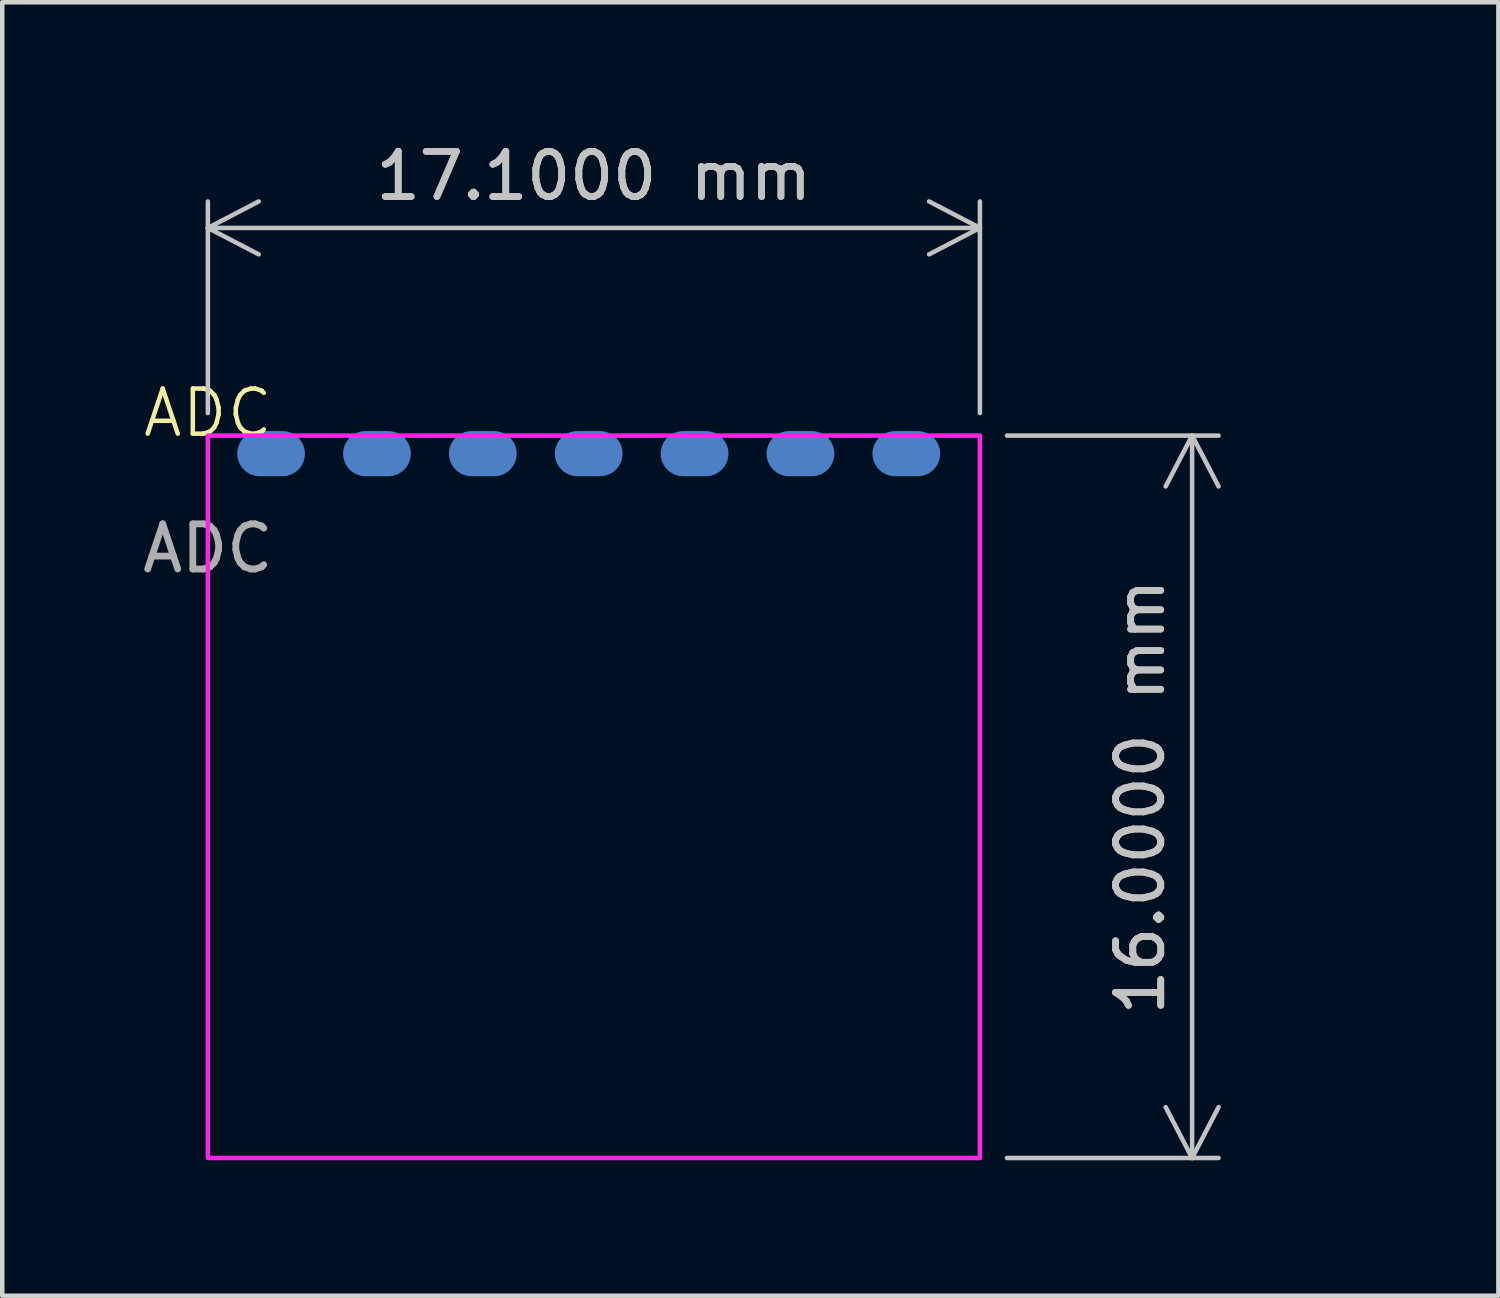
<source format=kicad_pcb>
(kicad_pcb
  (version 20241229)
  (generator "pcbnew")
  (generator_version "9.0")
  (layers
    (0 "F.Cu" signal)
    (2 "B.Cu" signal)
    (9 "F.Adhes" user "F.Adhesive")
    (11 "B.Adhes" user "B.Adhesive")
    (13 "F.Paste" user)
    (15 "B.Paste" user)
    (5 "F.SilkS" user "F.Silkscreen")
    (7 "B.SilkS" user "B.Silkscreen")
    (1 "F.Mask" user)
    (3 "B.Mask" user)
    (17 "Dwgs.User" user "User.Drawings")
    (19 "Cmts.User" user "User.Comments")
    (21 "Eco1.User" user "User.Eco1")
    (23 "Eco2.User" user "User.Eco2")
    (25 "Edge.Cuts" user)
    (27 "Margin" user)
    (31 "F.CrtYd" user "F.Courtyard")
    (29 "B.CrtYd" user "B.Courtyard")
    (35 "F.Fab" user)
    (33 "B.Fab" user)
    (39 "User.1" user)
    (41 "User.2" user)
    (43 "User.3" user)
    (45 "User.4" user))
  (footprint "ADC"
    (layer "F.Cu")
    (at 1.554 6.598)
    (property "Reference" "ADC" (at 0 -0.5 0) (unlocked yes) (layer "F.SilkS") (effects (font (size 1 1) (thickness 0.1))))
    (attr smd)
    (fp_rect (start 0 0) (end 17.1 16) (stroke (width 0.1) (type default)) (fill no) (layer "F.CrtYd"))
    (fp_text user "${REFERENCE}" (at 0 2.5 0) (unlocked yes) (layer "F.Fab") (effects (font (size 1 1) (thickness 0.15))))
    (dimension (type aligned) (layer "Dwgs.User") (pts (xy 1.554 6.598) (xy 18.654 6.598)) (height -4.6) (format (prefix "") (suffix "") (units 3) (units_format 1) (precision 4)) (style (thickness 0.1) (arrow_length 1.27) (text_position_mode 0) (arrow_direction outward) (extension_height 0.586) (extension_offset 0.5) (keep_text_aligned yes)) (gr_text "17.1000 mm" (at 10.104 0.848 0) (layer "Dwgs.User") (effects (font (size 1 1) (thickness 0.15)))))
    (dimension (type aligned) (layer "Dwgs.User") (pts (xy 18.754 6.598) (xy 18.754 22.598)) (height -4.6) (format (prefix "") (suffix "") (units 3) (units_format 1) (precision 4)) (style (thickness 0.1) (arrow_length 1.27) (text_position_mode 0) (arrow_direction outward) (extension_height 0.586) (extension_offset 0.5) (keep_text_aligned yes)) (gr_text "16.0000 mm" (at 22.204 14.598 90) (layer "Dwgs.User") (effects (font (size 1 1) (thickness 0.15)))))
    (pad "1" smd oval (at 1.4 0.4) (size 1.5 1) (layers "B.Cu" "B.Mask"))
    (pad "2" smd oval (at 3.745 0.4) (size 1.5 1) (layers "B.Cu" "B.Mask"))
    (pad "3" smd oval (at 6.09 0.4) (size 1.5 1) (layers "B.Cu" "B.Mask"))
    (pad "5" smd oval (at 8.435 0.4) (size 1.5 1) (layers "B.Cu" "B.Mask"))
    (pad "6" smd oval (at 10.78 0.4) (size 1.5 1) (layers "B.Cu" "B.Mask"))
    (pad "7" smd oval (at 13.125 0.4) (size 1.5 1) (layers "B.Cu" "B.Mask"))
    (pad "8" smd oval (at 15.47 0.4) (size 1.5 1) (layers "B.Cu" "B.Mask")))
  (gr_rect
    (start -3 -3)
    (end 30.138 25.648)
    (stroke (width 0.1) (type default))
    (fill no)
    (layer "Edge.Cuts")))
</source>
